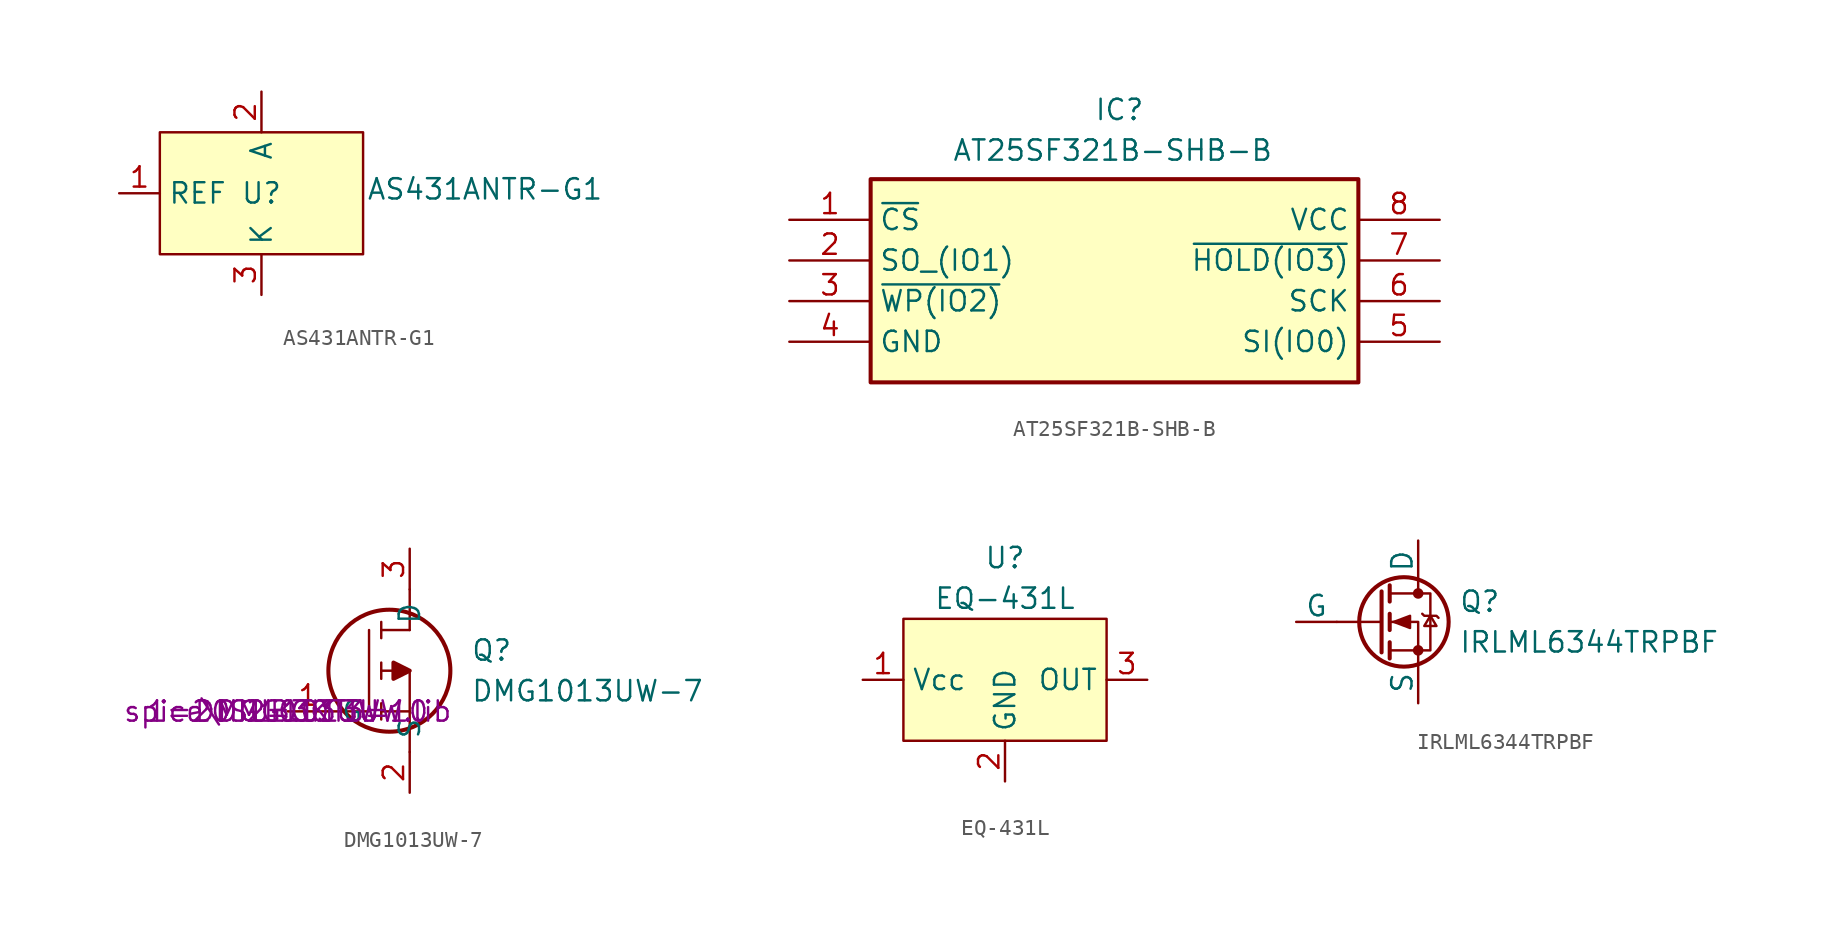
<source format=kicad_sym>
(kicad_symbol_lib
  (version 20231120)
  (generator "kicad_symbol_editor")
  (generator_version "8.0")
  (symbol "AS431ANTR-G1"
    (property "Reference" "U"
      (at 0 0 0)
      (effects (font (size 1.27 1.27))))
    (property "Value" "AS431ANTR-G1"
      (at 13.97 0.254 0)
      (effects (font (size 1.27 1.27))))
    (symbol "AS431ANTR-G1_1_1"
      (rectangle (start -6.35 3.81) (end 6.35 -3.81) (stroke (width 0) (type default)) (fill (type background)))
      (pin input line (at -8.89 0 0) (length 2.54) (name "REF" (effects (font (size 1.27 1.27)))) (number "1" (effects (font (size 1.27 1.27)))))
      (pin input line (at 0 6.35 270) (length 2.54) (name "A" (effects (font (size 1.27 1.27)))) (number "2" (effects (font (size 1.27 1.27)))))
      (pin power_in line (at 0 -6.35 90) (length 2.54) (name "K" (effects (font (size 1.27 1.27)))) (number "3" (effects (font (size 1.27 1.27)))))))
  (symbol "AT25SF321B-SHB-B"
    (property "Reference" "IC"
      (at -1.27 11.43 0)
      (effects (font (size 1.27 1.27)) (justify left top)))
    (property "Value" "AT25SF321B-SHB-B"
      (at -10.16 8.89 0)
      (effects (font (size 1.27 1.27)) (justify left top)))
    (symbol "AT25SF321B-SHB-B_1_1"
      (rectangle (start -15.24 6.35) (end 15.24 -6.35) (stroke (width 0.254) (type default)) (fill (type background)))
      (pin passive line (at -20.32 3.81 0) (length 5.08) (name "~{CS}" (effects (font (size 1.27 1.27)))) (number "1" (effects (font (size 1.27 1.27)))))
      (pin passive line (at -20.32 1.27 0) (length 5.08) (name "SO_(IO1)" (effects (font (size 1.27 1.27)))) (number "2" (effects (font (size 1.27 1.27)))))
      (pin passive line (at -20.32 -1.27 0) (length 5.08) (name "~{WP(IO2)}" (effects (font (size 1.27 1.27)))) (number "3" (effects (font (size 1.27 1.27)))))
      (pin passive line (at -20.32 -3.81 0) (length 5.08) (name "GND" (effects (font (size 1.27 1.27)))) (number "4" (effects (font (size 1.27 1.27)))))
      (pin passive line (at 20.32 -3.81 180) (length 5.08) (name "SI(IO0)" (effects (font (size 1.27 1.27)))) (number "5" (effects (font (size 1.27 1.27)))))
      (pin passive line (at 20.32 -1.27 180) (length 5.08) (name "SCK" (effects (font (size 1.27 1.27)))) (number "6" (effects (font (size 1.27 1.27)))))
      (pin passive line (at 20.32 1.27 180) (length 5.08) (name "~{HOLD(IO3)}" (effects (font (size 1.27 1.27)))) (number "7" (effects (font (size 1.27 1.27)))))
      (pin passive line (at 20.32 3.81 180) (length 5.08) (name "VCC" (effects (font (size 1.27 1.27)))) (number "8" (effects (font (size 1.27 1.27)))))))
  (symbol "DMG1013UW-7"
    (pin_names
      (offset 0.762))
    (property "Reference" "Q"
      (at 11.43 3.81 0)
      (effects (font (size 1.27 1.27)) (justify left)))
    (property "Value" "DMG1013UW-7"
      (at 11.43 1.27 0)
      (effects (font (size 1.27 1.27)) (justify left)))
    (property "Sim.Library" "spice\\DMG1013UW.lib"
      (at 0 0 0)
      (effects (font (size 1.27 1.27))))
    (property "Sim.Name" "DMG1013UW"
      (at 0 0 0)
      (effects (font (size 1.27 1.27))))
    (property "Sim.Device" "SUBCKT"
      (at 0 0 0)
      (effects (font (size 1.27 1.27))))
    (property "Sim.Pins" "1=20 2=30 3=10"
      (at 0 0 0)
      (effects (font (size 1.27 1.27))))
    (symbol "DMG1013UW-7_0_1"
      (polyline (pts (xy 5.842 -0.508) (xy 5.842 0.508)) (stroke (width 0.152) (type solid)) (fill (type none)))
      (polyline (pts (xy 5.842 0) (xy 7.62 0)) (stroke (width 0.152) (type solid)) (fill (type none)))
      (polyline (pts (xy 5.842 2.032) (xy 5.842 3.048)) (stroke (width 0.152) (type solid)) (fill (type none)))
      (polyline (pts (xy 5.842 5.588) (xy 5.842 4.572)) (stroke (width 0.152) (type solid)) (fill (type none)))
      (polyline (pts (xy 7.62 2.54) (xy 5.842 2.54)) (stroke (width 0.152) (type solid)) (fill (type none)))
      (polyline (pts (xy 7.62 2.54) (xy 7.62 -2.54)) (stroke (width 0.152) (type solid)) (fill (type none)))
      (polyline (pts (xy 7.62 5.08) (xy 5.842 5.08)) (stroke (width 0.152) (type solid)) (fill (type none)))
      (polyline (pts (xy 7.62 5.08) (xy 7.62 7.62)) (stroke (width 0.152) (type solid)) (fill (type none)))
      (polyline (pts (xy 2.54 0) (xy 5.08 0) (xy 5.08 5.08)) (stroke (width 0.152) (type solid)) (fill (type none)))
      (polyline (pts (xy 7.62 2.54) (xy 6.604 3.048) (xy 6.604 2.032) (xy 7.62 2.54)) (stroke (width 0.254) (type solid)) (fill (type outline)))
      (circle (center 6.35 2.54) (radius 3.81) (stroke (width 0.254) (type solid)) (fill (type none))))
    (symbol "DMG1013UW-7_1_0"
      (pin passive line (at 0 0 0) (length 2.54) (name "G" (effects (font (size 1.27 1.27)))) (number "1" (effects (font (size 1.27 1.27)))))
      (pin passive line (at 7.62 -5.08 90) (length 2.54) (name "S" (effects (font (size 1.27 1.27)))) (number "2" (effects (font (size 1.27 1.27)))))
      (pin passive line (at 7.62 10.16 270) (length 2.54) (name "D" (effects (font (size 1.27 1.27)))) (number "3" (effects (font (size 1.27 1.27)))))))
  (symbol "EQ-431L"
    (property "Reference" "U"
      (at 0 7.62 0)
      (effects (font (size 1.27 1.27))))
    (property "Value" "EQ-431L"
      (at 0 5.08 0)
      (effects (font (size 1.27 1.27))))
    (symbol "EQ-431L_1_1"
      (rectangle (start -6.35 3.81) (end 6.35 -3.81) (stroke (width 0) (type default)) (fill (type background)))
      (pin power_in line (at -8.89 0 0) (length 2.54) (name "Vcc" (effects (font (size 1.27 1.27)))) (number "1" (effects (font (size 1.27 1.27)))))
      (pin power_in line (at 0 -6.35 90) (length 2.54) (name "GND" (effects (font (size 1.27 1.27)))) (number "2" (effects (font (size 1.27 1.27)))))
      (pin output line (at 8.89 0 180) (length 2.54) (name "OUT" (effects (font (size 1.27 1.27)))) (number "3" (effects (font (size 1.27 1.27)))))))
  (symbol "IRLML6344TRPBF"
    (pin_numbers hide)
    (pin_names
      (offset 0))
    (property "Reference" "Q"
      (at 3.81 1.27 0)
      (effects (font (size 1.27 1.27)) (justify left)))
    (property "Value" "IRLML6344TRPBF"
      (at 3.81 -1.27 0)
      (effects (font (size 1.27 1.27)) (justify left)))
    (symbol "IRLML6344TRPBF_0_1"
      (polyline (pts (xy -1.016 0) (xy -3.81 0)) (stroke (width 0) (type default)) (fill (type none)))
      (polyline (pts (xy -1.016 1.905) (xy -1.016 -1.905)) (stroke (width 0.254) (type default)) (fill (type none)))
      (polyline (pts (xy -0.508 -1.27) (xy -0.508 -2.286)) (stroke (width 0.254) (type default)) (fill (type none)))
      (polyline (pts (xy -0.508 0.508) (xy -0.508 -0.508)) (stroke (width 0.254) (type default)) (fill (type none)))
      (polyline (pts (xy -0.508 2.286) (xy -0.508 1.27)) (stroke (width 0.254) (type default)) (fill (type none)))
      (polyline (pts (xy 1.27 2.54) (xy 1.27 1.778)) (stroke (width 0) (type default)) (fill (type none)))
      (polyline (pts (xy 1.27 -2.54) (xy 1.27 0) (xy -0.508 0)) (stroke (width 0) (type default)) (fill (type none)))
      (polyline (pts (xy -0.508 -1.778) (xy 2.032 -1.778) (xy 2.032 1.778) (xy -0.508 1.778)) (stroke (width 0) (type default)) (fill (type none)))
      (polyline (pts (xy -0.254 0) (xy 0.762 0.381) (xy 0.762 -0.381) (xy -0.254 0)) (stroke (width 0) (type default)) (fill (type outline)))
      (polyline (pts (xy 1.524 0.508) (xy 1.651 0.381) (xy 2.413 0.381) (xy 2.54 0.254)) (stroke (width 0) (type default)) (fill (type none)))
      (polyline (pts (xy 2.032 0.381) (xy 1.651 -0.254) (xy 2.413 -0.254) (xy 2.032 0.381)) (stroke (width 0) (type default)) (fill (type none)))
      (circle (center 0.381 0) (radius 2.794) (stroke (width 0.254) (type default)) (fill (type none)))
      (circle (center 1.27 -1.778) (radius 0.254) (stroke (width 0) (type default)) (fill (type outline)))
      (circle (center 1.27 1.778) (radius 0.254) (stroke (width 0) (type default)) (fill (type outline))))
    (symbol "IRLML6344TRPBF_1_1"
      (pin input line (at -6.35 0 0) (length 2.54) (name "G" (effects (font (size 1.27 1.27)))) (number "1" (effects (font (size 1.27 1.27)))))
      (pin passive line (at 1.27 -5.08 90) (length 2.54) (name "S" (effects (font (size 1.27 1.27)))) (number "2" (effects (font (size 1.27 1.27)))))
      (pin passive line (at 1.27 5.08 270) (length 2.54) (name "D" (effects (font (size 1.27 1.27)))) (number "3" (effects (font (size 1.27 1.27))))))))
</source>
